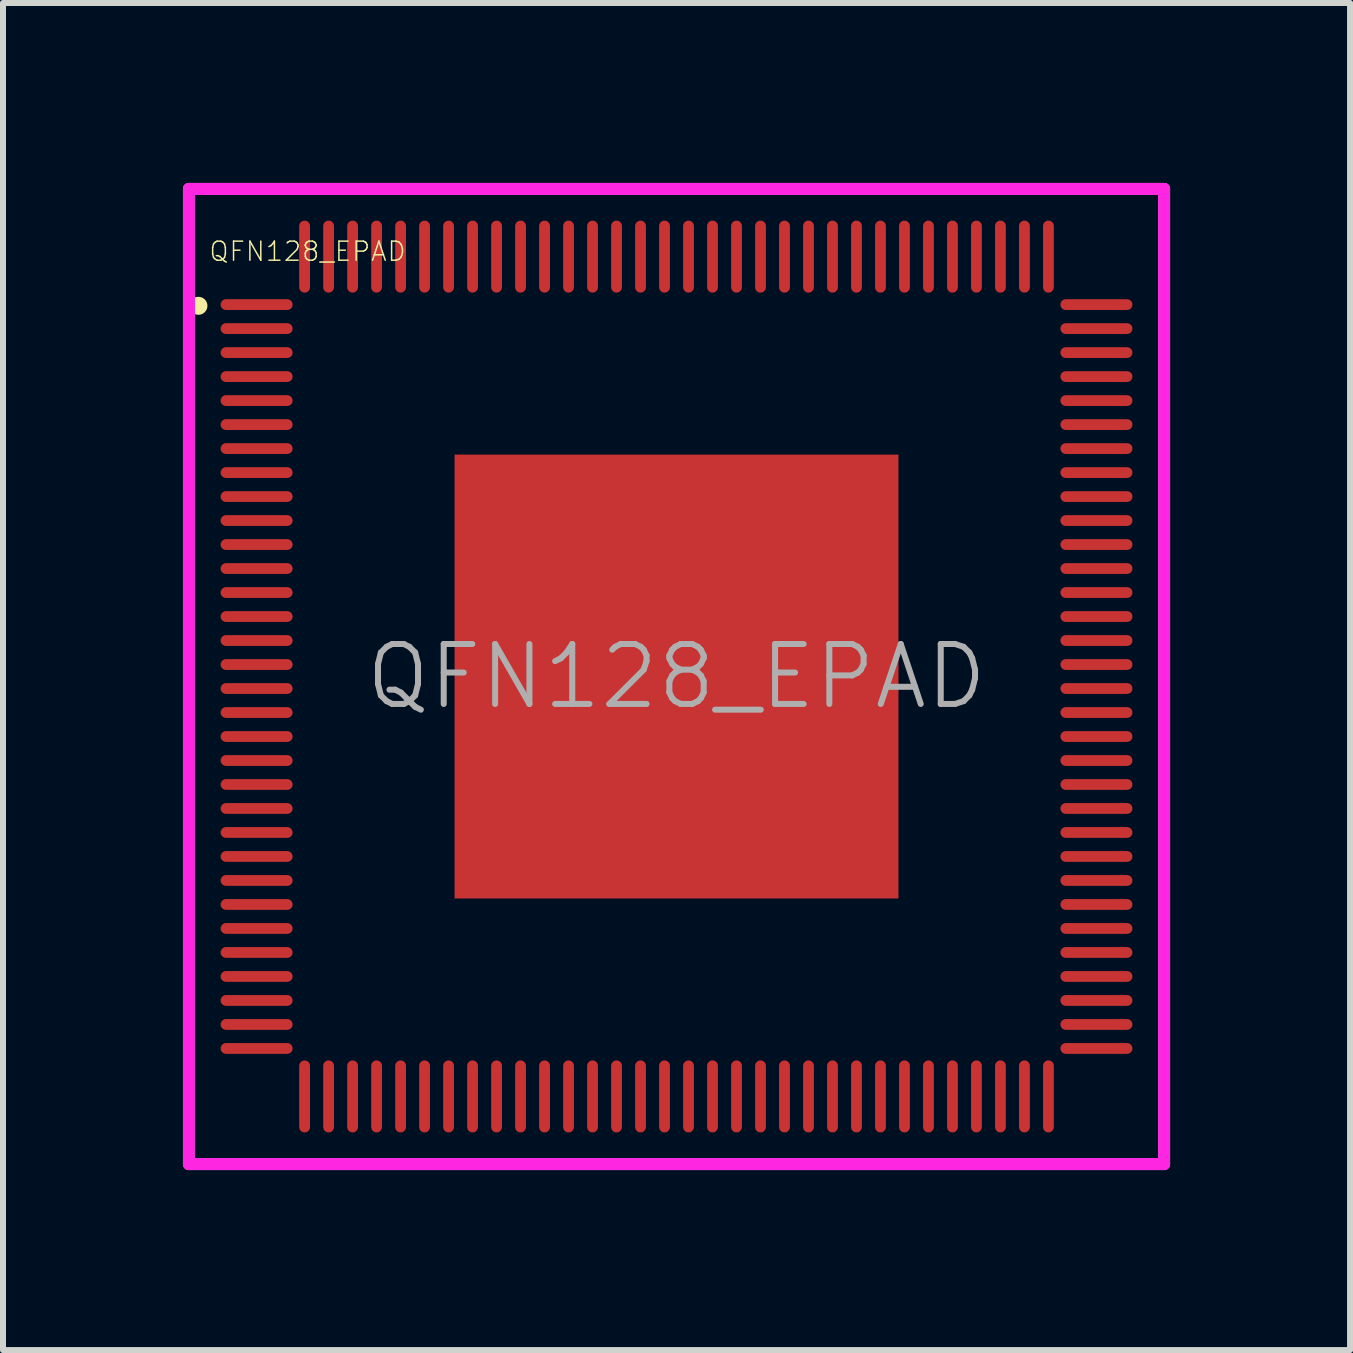
<source format=kicad_pcb>
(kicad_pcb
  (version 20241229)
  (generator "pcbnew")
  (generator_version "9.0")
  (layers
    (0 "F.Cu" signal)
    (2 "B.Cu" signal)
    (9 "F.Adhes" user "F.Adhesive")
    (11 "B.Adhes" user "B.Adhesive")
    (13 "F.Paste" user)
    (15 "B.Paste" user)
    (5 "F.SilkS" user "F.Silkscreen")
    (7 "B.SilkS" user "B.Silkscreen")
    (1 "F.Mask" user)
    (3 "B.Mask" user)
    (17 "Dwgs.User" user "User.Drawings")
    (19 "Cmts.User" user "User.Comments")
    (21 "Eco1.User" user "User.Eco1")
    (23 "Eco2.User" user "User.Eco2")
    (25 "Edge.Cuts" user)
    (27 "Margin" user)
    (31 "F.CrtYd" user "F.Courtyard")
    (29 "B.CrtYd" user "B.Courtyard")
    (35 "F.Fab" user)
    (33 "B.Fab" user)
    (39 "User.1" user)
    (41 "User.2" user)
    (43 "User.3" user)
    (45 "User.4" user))
  (footprint "QFN128_EPAD"
    (layer "F.Cu")
    (at 8.228 8.228)
    (property "Reference" "QFN128_EPAD" (at -7.81 -6.9 0) (unlocked yes) (layer "F.SilkS") (effects (font (size 0.318 0.318) (thickness 0.025)) (justify left bottom)))
    (fp_circle (center -7.97 -6.18) (end -7.87 -6.18) (stroke (width 0.1) (type solid)) (fill yes) (layer "F.SilkS"))
    (fp_line (start -8.128 -8.128) (end -8.128 8.128) (stroke (width 0.2) (type solid)) (layer "F.CrtYd"))
    (fp_line (start 8.128 -8.128) (end -8.128 -8.128) (stroke (width 0.2) (type solid)) (layer "F.CrtYd"))
    (fp_line (start 8.128 -8.128) (end 8.128 8.128) (stroke (width 0.2) (type solid)) (layer "F.CrtYd"))
    (fp_line (start 8.128 8.128) (end -8.128 8.128) (stroke (width 0.2) (type solid)) (layer "F.CrtYd"))
    (fp_line (start -8.128 -8.128) (end -8.128 8.128) (stroke (width 0.2) (type solid)) (layer "F.Fab"))
    (fp_line (start 8.128 -8.128) (end -8.128 -8.128) (stroke (width 0.2) (type solid)) (layer "F.Fab"))
    (fp_line (start 8.128 -8.128) (end 8.128 8.128) (stroke (width 0.2) (type solid)) (layer "F.Fab"))
    (fp_line (start 8.128 8.128) (end -8.128 8.128) (stroke (width 0.2) (type solid)) (layer "F.Fab"))
    (fp_text user "${REFERENCE}" (at 0 0 0) (layer "F.Fab") (effects (font (size 1 1) (thickness 0.1))))
    (pad "1" smd oval (at -7 -6.2) (size 1.2 0.18) (layers "F.Cu" "F.Mask" "F.Paste"))
    (pad "2" smd oval (at -7 -5.8) (size 1.2 0.18) (layers "F.Cu" "F.Mask" "F.Paste"))
    (pad "3" smd oval (at -7 -5.4) (size 1.2 0.18) (layers "F.Cu" "F.Mask" "F.Paste"))
    (pad "4" smd oval (at -7 -5) (size 1.2 0.18) (layers "F.Cu" "F.Mask" "F.Paste"))
    (pad "5" smd oval (at -7 -4.6) (size 1.2 0.18) (layers "F.Cu" "F.Mask" "F.Paste"))
    (pad "6" smd oval (at -7 -4.2) (size 1.2 0.18) (layers "F.Cu" "F.Mask" "F.Paste"))
    (pad "7" smd oval (at -7 -3.8) (size 1.2 0.18) (layers "F.Cu" "F.Mask" "F.Paste"))
    (pad "8" smd oval (at -7 -3.4) (size 1.2 0.18) (layers "F.Cu" "F.Mask" "F.Paste"))
    (pad "9" smd oval (at -7 -3) (size 1.2 0.18) (layers "F.Cu" "F.Mask" "F.Paste"))
    (pad "10" smd oval (at -7 -2.6) (size 1.2 0.18) (layers "F.Cu" "F.Mask" "F.Paste"))
    (pad "11" smd oval (at -7 -2.2) (size 1.2 0.18) (layers "F.Cu" "F.Mask" "F.Paste"))
    (pad "12" smd oval (at -7 -1.8) (size 1.2 0.18) (layers "F.Cu" "F.Mask" "F.Paste"))
    (pad "13" smd oval (at -7 -1.4) (size 1.2 0.18) (layers "F.Cu" "F.Mask" "F.Paste"))
    (pad "14" smd oval (at -7 -1) (size 1.2 0.18) (layers "F.Cu" "F.Mask" "F.Paste"))
    (pad "15" smd oval (at -7 -0.6) (size 1.2 0.18) (layers "F.Cu" "F.Mask" "F.Paste"))
    (pad "16" smd oval (at -7 -0.2) (size 1.2 0.18) (layers "F.Cu" "F.Mask" "F.Paste"))
    (pad "17" smd oval (at -7 0.2) (size 1.2 0.18) (layers "F.Cu" "F.Mask" "F.Paste"))
    (pad "18" smd oval (at -7 0.6) (size 1.2 0.18) (layers "F.Cu" "F.Mask" "F.Paste"))
    (pad "19" smd oval (at -7 1) (size 1.2 0.18) (layers "F.Cu" "F.Mask" "F.Paste"))
    (pad "20" smd oval (at -7 1.4) (size 1.2 0.18) (layers "F.Cu" "F.Mask" "F.Paste"))
    (pad "21" smd oval (at -7 1.8) (size 1.2 0.18) (layers "F.Cu" "F.Mask" "F.Paste"))
    (pad "22" smd oval (at -7 2.2) (size 1.2 0.18) (layers "F.Cu" "F.Mask" "F.Paste"))
    (pad "23" smd oval (at -7 2.6) (size 1.2 0.18) (layers "F.Cu" "F.Mask" "F.Paste"))
    (pad "24" smd oval (at -7 3) (size 1.2 0.18) (layers "F.Cu" "F.Mask" "F.Paste"))
    (pad "25" smd oval (at -7 3.4) (size 1.2 0.18) (layers "F.Cu" "F.Mask" "F.Paste"))
    (pad "26" smd oval (at -7 3.8) (size 1.2 0.18) (layers "F.Cu" "F.Mask" "F.Paste"))
    (pad "27" smd oval (at -7 4.2) (size 1.2 0.18) (layers "F.Cu" "F.Mask" "F.Paste"))
    (pad "28" smd oval (at -7 4.6) (size 1.2 0.18) (layers "F.Cu" "F.Mask" "F.Paste"))
    (pad "29" smd oval (at -7 5) (size 1.2 0.18) (layers "F.Cu" "F.Mask" "F.Paste"))
    (pad "30" smd oval (at -7 5.4) (size 1.2 0.18) (layers "F.Cu" "F.Mask" "F.Paste"))
    (pad "31" smd oval (at -7 5.8) (size 1.2 0.18) (layers "F.Cu" "F.Mask" "F.Paste"))
    (pad "32" smd oval (at -7 6.2) (size 1.2 0.18) (layers "F.Cu" "F.Mask" "F.Paste"))
    (pad "33" smd oval (at -6.2 7 90) (size 1.2 0.18) (layers "F.Cu" "F.Mask" "F.Paste"))
    (pad "34" smd oval (at -5.8 7 90) (size 1.2 0.18) (layers "F.Cu" "F.Mask" "F.Paste"))
    (pad "35" smd oval (at -5.4 7 90) (size 1.2 0.18) (layers "F.Cu" "F.Mask" "F.Paste"))
    (pad "36" smd oval (at -5 7 90) (size 1.2 0.18) (layers "F.Cu" "F.Mask" "F.Paste"))
    (pad "37" smd oval (at -4.6 7 90) (size 1.2 0.18) (layers "F.Cu" "F.Mask" "F.Paste"))
    (pad "38" smd oval (at -4.2 7 90) (size 1.2 0.18) (layers "F.Cu" "F.Mask" "F.Paste"))
    (pad "39" smd oval (at -3.8 7 90) (size 1.2 0.18) (layers "F.Cu" "F.Mask" "F.Paste"))
    (pad "40" smd oval (at -3.4 7 90) (size 1.2 0.18) (layers "F.Cu" "F.Mask" "F.Paste"))
    (pad "41" smd oval (at -3 7 90) (size 1.2 0.18) (layers "F.Cu" "F.Mask" "F.Paste"))
    (pad "42" smd oval (at -2.6 7 90) (size 1.2 0.18) (layers "F.Cu" "F.Mask" "F.Paste"))
    (pad "43" smd oval (at -2.2 7 90) (size 1.2 0.18) (layers "F.Cu" "F.Mask" "F.Paste"))
    (pad "44" smd oval (at -1.8 7 90) (size 1.2 0.18) (layers "F.Cu" "F.Mask" "F.Paste"))
    (pad "45" smd oval (at -1.4 7 90) (size 1.2 0.18) (layers "F.Cu" "F.Mask" "F.Paste"))
    (pad "46" smd oval (at -1 7 90) (size 1.2 0.18) (layers "F.Cu" "F.Mask" "F.Paste"))
    (pad "47" smd oval (at -0.6 7 90) (size 1.2 0.18) (layers "F.Cu" "F.Mask" "F.Paste"))
    (pad "48" smd oval (at -0.2 7 90) (size 1.2 0.18) (layers "F.Cu" "F.Mask" "F.Paste"))
    (pad "49" smd oval (at 0.2 7 90) (size 1.2 0.18) (layers "F.Cu" "F.Mask" "F.Paste"))
    (pad "50" smd oval (at 0.6 7 90) (size 1.2 0.18) (layers "F.Cu" "F.Mask" "F.Paste"))
    (pad "51" smd oval (at 1 7 90) (size 1.2 0.18) (layers "F.Cu" "F.Mask" "F.Paste"))
    (pad "52" smd oval (at 1.4 7 90) (size 1.2 0.18) (layers "F.Cu" "F.Mask" "F.Paste"))
    (pad "53" smd oval (at 1.8 7 90) (size 1.2 0.18) (layers "F.Cu" "F.Mask" "F.Paste"))
    (pad "54" smd oval (at 2.2 7 90) (size 1.2 0.18) (layers "F.Cu" "F.Mask" "F.Paste"))
    (pad "55" smd oval (at 2.6 7 90) (size 1.2 0.18) (layers "F.Cu" "F.Mask" "F.Paste"))
    (pad "56" smd oval (at 3 7 90) (size 1.2 0.18) (layers "F.Cu" "F.Mask" "F.Paste"))
    (pad "57" smd oval (at 3.4 7 90) (size 1.2 0.18) (layers "F.Cu" "F.Mask" "F.Paste"))
    (pad "58" smd oval (at 3.8 7 90) (size 1.2 0.18) (layers "F.Cu" "F.Mask" "F.Paste"))
    (pad "59" smd oval (at 4.2 7 90) (size 1.2 0.18) (layers "F.Cu" "F.Mask" "F.Paste"))
    (pad "60" smd oval (at 4.6 7 90) (size 1.2 0.18) (layers "F.Cu" "F.Mask" "F.Paste"))
    (pad "61" smd oval (at 5 7 90) (size 1.2 0.18) (layers "F.Cu" "F.Mask" "F.Paste"))
    (pad "62" smd oval (at 5.4 7 90) (size 1.2 0.18) (layers "F.Cu" "F.Mask" "F.Paste"))
    (pad "63" smd oval (at 5.8 7 90) (size 1.2 0.18) (layers "F.Cu" "F.Mask" "F.Paste"))
    (pad "64" smd oval (at 6.2 7 90) (size 1.2 0.18) (layers "F.Cu" "F.Mask" "F.Paste"))
    (pad "65" smd oval (at 7 6.2) (size 1.2 0.18) (layers "F.Cu" "F.Mask" "F.Paste"))
    (pad "66" smd oval (at 7 5.8) (size 1.2 0.18) (layers "F.Cu" "F.Mask" "F.Paste"))
    (pad "67" smd oval (at 7 5.4) (size 1.2 0.18) (layers "F.Cu" "F.Mask" "F.Paste"))
    (pad "68" smd oval (at 7 5) (size 1.2 0.18) (layers "F.Cu" "F.Mask" "F.Paste"))
    (pad "69" smd oval (at 7 4.6) (size 1.2 0.18) (layers "F.Cu" "F.Mask" "F.Paste"))
    (pad "70" smd oval (at 7 4.2) (size 1.2 0.18) (layers "F.Cu" "F.Mask" "F.Paste"))
    (pad "71" smd oval (at 7 3.8) (size 1.2 0.18) (layers "F.Cu" "F.Mask" "F.Paste"))
    (pad "72" smd oval (at 7 3.4) (size 1.2 0.18) (layers "F.Cu" "F.Mask" "F.Paste"))
    (pad "73" smd oval (at 7 3) (size 1.2 0.18) (layers "F.Cu" "F.Mask" "F.Paste"))
    (pad "74" smd oval (at 7 2.6) (size 1.2 0.18) (layers "F.Cu" "F.Mask" "F.Paste"))
    (pad "75" smd oval (at 7 2.2) (size 1.2 0.18) (layers "F.Cu" "F.Mask" "F.Paste"))
    (pad "76" smd oval (at 7 1.8) (size 1.2 0.18) (layers "F.Cu" "F.Mask" "F.Paste"))
    (pad "77" smd oval (at 7 1.4) (size 1.2 0.18) (layers "F.Cu" "F.Mask" "F.Paste"))
    (pad "78" smd oval (at 7 1) (size 1.2 0.18) (layers "F.Cu" "F.Mask" "F.Paste"))
    (pad "79" smd oval (at 7 0.6) (size 1.2 0.18) (layers "F.Cu" "F.Mask" "F.Paste"))
    (pad "80" smd oval (at 7 0.2) (size 1.2 0.18) (layers "F.Cu" "F.Mask" "F.Paste"))
    (pad "81" smd oval (at 7 -0.2) (size 1.2 0.18) (layers "F.Cu" "F.Mask" "F.Paste"))
    (pad "82" smd oval (at 7 -0.6) (size 1.2 0.18) (layers "F.Cu" "F.Mask" "F.Paste"))
    (pad "83" smd oval (at 7 -1) (size 1.2 0.18) (layers "F.Cu" "F.Mask" "F.Paste"))
    (pad "84" smd oval (at 7 -1.4) (size 1.2 0.18) (layers "F.Cu" "F.Mask" "F.Paste"))
    (pad "85" smd oval (at 7 -1.8) (size 1.2 0.18) (layers "F.Cu" "F.Mask" "F.Paste"))
    (pad "86" smd oval (at 7 -2.2) (size 1.2 0.18) (layers "F.Cu" "F.Mask" "F.Paste"))
    (pad "87" smd oval (at 7 -2.6) (size 1.2 0.18) (layers "F.Cu" "F.Mask" "F.Paste"))
    (pad "88" smd oval (at 7 -3) (size 1.2 0.18) (layers "F.Cu" "F.Mask" "F.Paste"))
    (pad "89" smd oval (at 7 -3.4) (size 1.2 0.18) (layers "F.Cu" "F.Mask" "F.Paste"))
    (pad "90" smd oval (at 7 -3.8) (size 1.2 0.18) (layers "F.Cu" "F.Mask" "F.Paste"))
    (pad "91" smd oval (at 7 -4.2) (size 1.2 0.18) (layers "F.Cu" "F.Mask" "F.Paste"))
    (pad "92" smd oval (at 7 -4.6) (size 1.2 0.18) (layers "F.Cu" "F.Mask" "F.Paste"))
    (pad "93" smd oval (at 7 -5) (size 1.2 0.18) (layers "F.Cu" "F.Mask" "F.Paste"))
    (pad "94" smd oval (at 7 -5.4) (size 1.2 0.18) (layers "F.Cu" "F.Mask" "F.Paste"))
    (pad "95" smd oval (at 7 -5.8) (size 1.2 0.18) (layers "F.Cu" "F.Mask" "F.Paste"))
    (pad "96" smd oval (at 7 -6.2) (size 1.2 0.18) (layers "F.Cu" "F.Mask" "F.Paste"))
    (pad "97" smd oval (at 6.2 -7 90) (size 1.2 0.18) (layers "F.Cu" "F.Mask" "F.Paste"))
    (pad "98" smd oval (at 5.8 -7 90) (size 1.2 0.18) (layers "F.Cu" "F.Mask" "F.Paste"))
    (pad "99" smd oval (at 5.4 -7 90) (size 1.2 0.18) (layers "F.Cu" "F.Mask" "F.Paste"))
    (pad "100" smd oval (at 5 -7 90) (size 1.2 0.18) (layers "F.Cu" "F.Mask" "F.Paste"))
    (pad "101" smd oval (at 4.6 -7 90) (size 1.2 0.18) (layers "F.Cu" "F.Mask" "F.Paste"))
    (pad "102" smd oval (at 4.2 -7 90) (size 1.2 0.18) (layers "F.Cu" "F.Mask" "F.Paste"))
    (pad "103" smd oval (at 3.8 -7 90) (size 1.2 0.18) (layers "F.Cu" "F.Mask" "F.Paste"))
    (pad "104" smd oval (at 3.4 -7 90) (size 1.2 0.18) (layers "F.Cu" "F.Mask" "F.Paste"))
    (pad "105" smd oval (at 3 -7 90) (size 1.2 0.18) (layers "F.Cu" "F.Mask" "F.Paste"))
    (pad "106" smd oval (at 2.6 -7 90) (size 1.2 0.18) (layers "F.Cu" "F.Mask" "F.Paste"))
    (pad "107" smd oval (at 2.2 -7 90) (size 1.2 0.18) (layers "F.Cu" "F.Mask" "F.Paste"))
    (pad "108" smd oval (at 1.8 -7 90) (size 1.2 0.18) (layers "F.Cu" "F.Mask" "F.Paste"))
    (pad "109" smd oval (at 1.4 -7 90) (size 1.2 0.18) (layers "F.Cu" "F.Mask" "F.Paste"))
    (pad "110" smd oval (at 1 -7 90) (size 1.2 0.18) (layers "F.Cu" "F.Mask" "F.Paste"))
    (pad "111" smd oval (at 0.6 -7 90) (size 1.2 0.18) (layers "F.Cu" "F.Mask" "F.Paste"))
    (pad "112" smd oval (at 0.2 -7 90) (size 1.2 0.18) (layers "F.Cu" "F.Mask" "F.Paste"))
    (pad "113" smd oval (at -0.2 -7 90) (size 1.2 0.18) (layers "F.Cu" "F.Mask" "F.Paste"))
    (pad "114" smd oval (at -0.6 -7 90) (size 1.2 0.18) (layers "F.Cu" "F.Mask" "F.Paste"))
    (pad "115" smd oval (at -1 -7 90) (size 1.2 0.18) (layers "F.Cu" "F.Mask" "F.Paste"))
    (pad "116" smd oval (at -1.4 -7 90) (size 1.2 0.18) (layers "F.Cu" "F.Mask" "F.Paste"))
    (pad "117" smd oval (at -1.8 -7 90) (size 1.2 0.18) (layers "F.Cu" "F.Mask" "F.Paste"))
    (pad "118" smd oval (at -2.2 -7 90) (size 1.2 0.18) (layers "F.Cu" "F.Mask" "F.Paste"))
    (pad "119" smd oval (at -2.6 -7 90) (size 1.2 0.18) (layers "F.Cu" "F.Mask" "F.Paste"))
    (pad "120" smd oval (at -3 -7 90) (size 1.2 0.18) (layers "F.Cu" "F.Mask" "F.Paste"))
    (pad "121" smd oval (at -3.4 -7 90) (size 1.2 0.18) (layers "F.Cu" "F.Mask" "F.Paste"))
    (pad "122" smd oval (at -3.8 -7 90) (size 1.2 0.18) (layers "F.Cu" "F.Mask" "F.Paste"))
    (pad "123" smd oval (at -4.2 -7 90) (size 1.2 0.18) (layers "F.Cu" "F.Mask" "F.Paste"))
    (pad "124" smd oval (at -4.6 -7 90) (size 1.2 0.18) (layers "F.Cu" "F.Mask" "F.Paste"))
    (pad "125" smd oval (at -5 -7 90) (size 1.2 0.18) (layers "F.Cu" "F.Mask" "F.Paste"))
    (pad "126" smd oval (at -5.4 -7 90) (size 1.2 0.18) (layers "F.Cu" "F.Mask" "F.Paste"))
    (pad "127" smd oval (at -5.8 -7 90) (size 1.2 0.18) (layers "F.Cu" "F.Mask" "F.Paste"))
    (pad "128" smd oval (at -6.2 -7 90) (size 1.2 0.18) (layers "F.Cu" "F.Mask" "F.Paste"))
    (pad "129" smd rect (at 0 0) (size 7.4 7.4) (layers "F.Cu" "F.Mask" "F.Paste")))
  (gr_rect
    (start -3 -3)
    (end 19.456 19.456)
    (stroke (width 0.1) (type default))
    (fill no)
    (layer "Edge.Cuts")))
</source>
